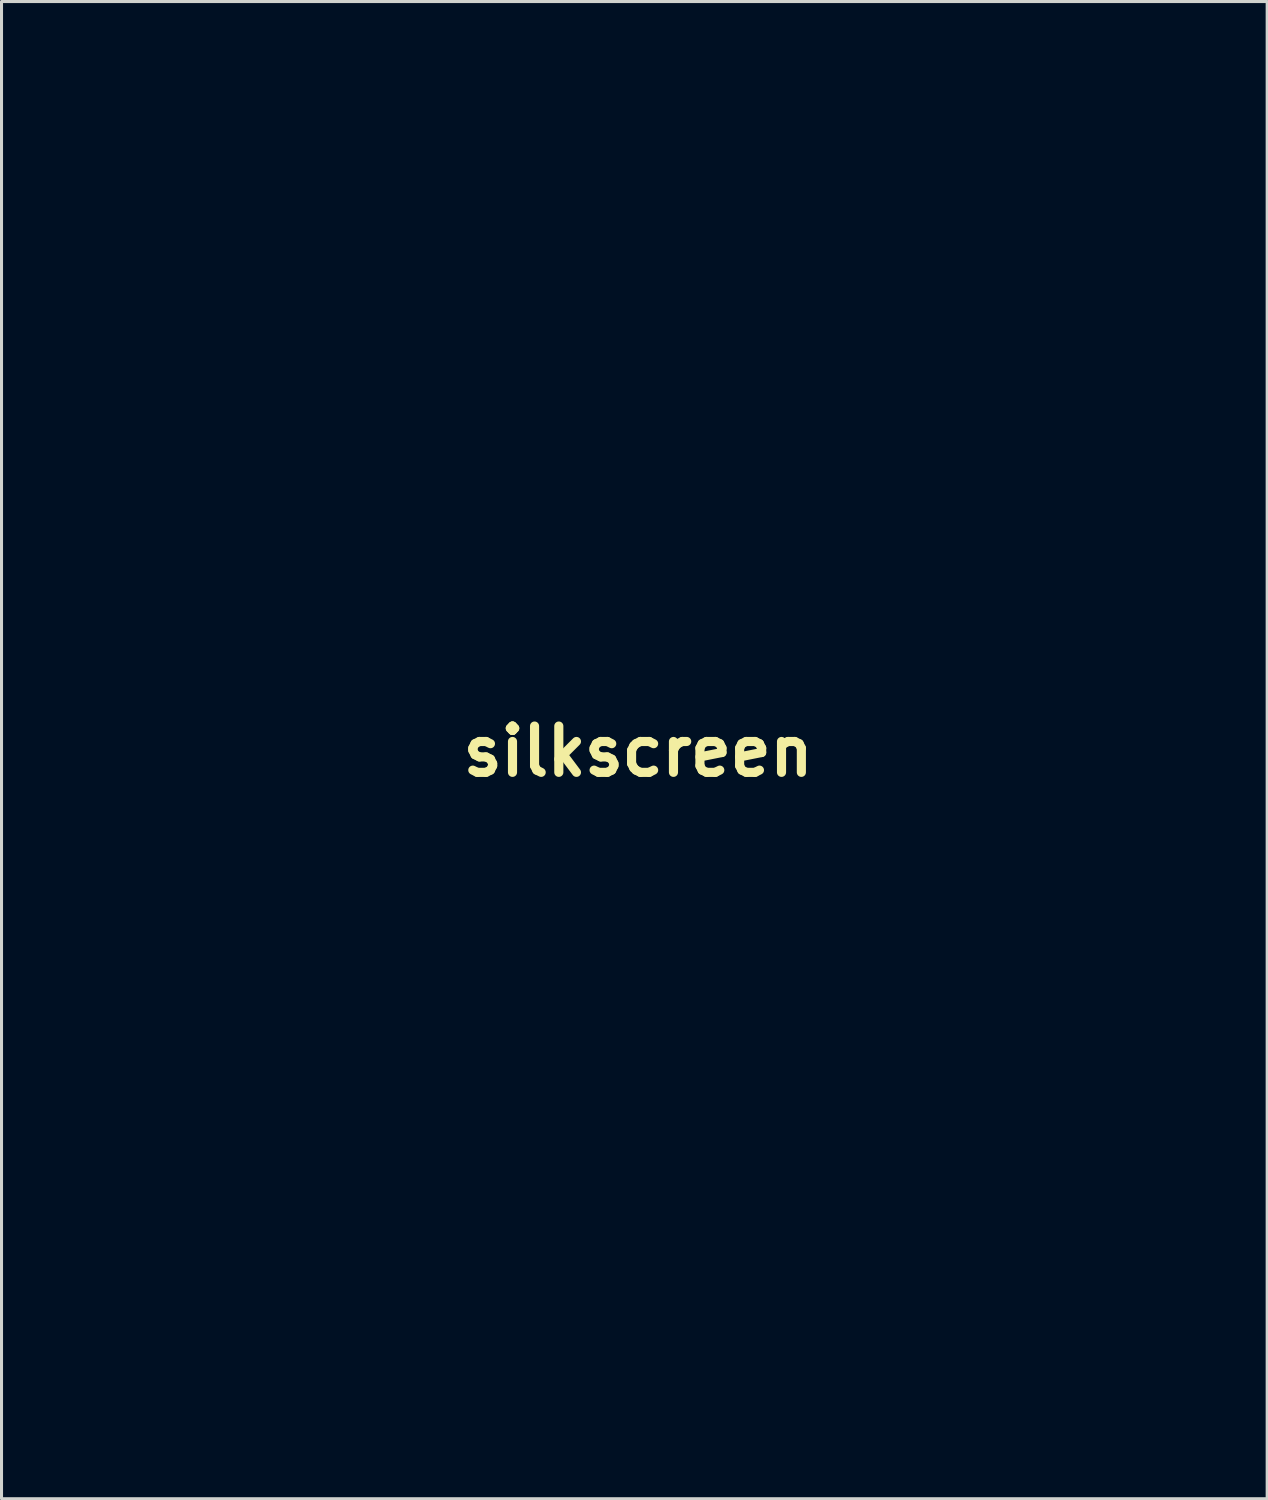
<source format=kicad_pcb>
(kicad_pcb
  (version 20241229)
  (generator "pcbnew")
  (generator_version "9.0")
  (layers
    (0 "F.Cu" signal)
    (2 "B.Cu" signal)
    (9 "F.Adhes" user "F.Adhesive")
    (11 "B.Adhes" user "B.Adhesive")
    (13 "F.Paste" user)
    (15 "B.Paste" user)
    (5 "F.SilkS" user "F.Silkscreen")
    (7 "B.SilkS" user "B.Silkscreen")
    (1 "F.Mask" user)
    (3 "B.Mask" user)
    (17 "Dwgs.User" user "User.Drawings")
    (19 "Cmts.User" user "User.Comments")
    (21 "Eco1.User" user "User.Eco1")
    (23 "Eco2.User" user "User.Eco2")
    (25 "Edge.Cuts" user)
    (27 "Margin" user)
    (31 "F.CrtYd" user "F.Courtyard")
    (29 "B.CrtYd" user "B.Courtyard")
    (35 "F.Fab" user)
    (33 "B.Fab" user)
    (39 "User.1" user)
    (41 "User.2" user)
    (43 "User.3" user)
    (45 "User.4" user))
  (footprint "silkscreen"
    (layer "F.Cu")
    (at 17.954 21.68)
    (property "Reference" "silkscreen" (at 0 0 0) (layer "F.SilkS") (effects (font (size 1.524 1.524) (thickness 0.3))))
    (attr through_hole)
    (fp_poly (pts (xy -10.185 -19.23) (xy -10.16 -19.092) (xy -10.204 -18.922) (xy -10.287 -18.881) (xy -10.389 -18.954) (xy -10.414 -19.092) (xy -10.37 -19.263) (xy -10.287 -19.304) (xy -10.185 -19.23)) (stroke (width 0.01) (type solid)) (fill no) (layer "Eco2.User"))
    (fp_poly (pts (xy -10.185 -11.61) (xy -10.16 -11.472) (xy -10.204 -11.302) (xy -10.287 -11.261) (xy -10.389 -11.334) (xy -10.414 -11.472) (xy -10.37 -11.643) (xy -10.287 -11.684) (xy -10.185 -11.61)) (stroke (width 0.01) (type solid)) (fill no) (layer "Eco2.User"))
    (fp_poly (pts (xy -10.185 6.17) (xy -10.16 6.308) (xy -10.204 6.478) (xy -10.287 6.519) (xy -10.389 6.446) (xy -10.414 6.308) (xy -10.37 6.137) (xy -10.287 6.096) (xy -10.185 6.17)) (stroke (width 0.01) (type solid)) (fill no) (layer "Eco2.User"))
    (fp_poly (pts (xy -10.185 13.79) (xy -10.16 13.928) (xy -10.204 14.098) (xy -10.287 14.139) (xy -10.389 14.066) (xy -10.414 13.928) (xy -10.37 13.757) (xy -10.287 13.716) (xy -10.185 13.79)) (stroke (width 0.01) (type solid)) (fill no) (layer "Eco2.User"))
    (fp_poly (pts (xy -10.117 -9.015) (xy -10.075 -8.932) (xy -10.149 -8.83) (xy -10.287 -8.805) (xy -10.457 -8.849) (xy -10.499 -8.932) (xy -10.425 -9.034) (xy -10.287 -9.059) (xy -10.117 -9.015)) (stroke (width 0.01) (type solid)) (fill no) (layer "Eco2.User"))
    (fp_poly (pts (xy -7.645 -19.23) (xy -7.62 -19.092) (xy -7.664 -18.922) (xy -7.747 -18.881) (xy -7.849 -18.954) (xy -7.874 -19.092) (xy -7.83 -19.263) (xy -7.747 -19.304) (xy -7.645 -19.23)) (stroke (width 0.01) (type solid)) (fill no) (layer "Eco2.User"))
    (fp_poly (pts (xy -7.645 -11.61) (xy -7.62 -11.472) (xy -7.664 -11.302) (xy -7.747 -11.261) (xy -7.849 -11.334) (xy -7.874 -11.472) (xy -7.83 -11.643) (xy -7.747 -11.684) (xy -7.645 -11.61)) (stroke (width 0.01) (type solid)) (fill no) (layer "Eco2.User"))
    (fp_poly (pts (xy -7.645 -6.53) (xy -7.62 -6.392) (xy -7.664 -6.222) (xy -7.747 -6.181) (xy -7.849 -6.254) (xy -7.874 -6.392) (xy -7.83 -6.563) (xy -7.747 -6.604) (xy -7.645 -6.53)) (stroke (width 0.01) (type solid)) (fill no) (layer "Eco2.User"))
    (fp_poly (pts (xy -7.645 1.09) (xy -7.62 1.228) (xy -7.664 1.398) (xy -7.747 1.439) (xy -7.849 1.366) (xy -7.874 1.228) (xy -7.83 1.057) (xy -7.747 1.016) (xy -7.645 1.09)) (stroke (width 0.01) (type solid)) (fill no) (layer "Eco2.User"))
    (fp_poly (pts (xy -7.645 6.17) (xy -7.62 6.308) (xy -7.664 6.478) (xy -7.747 6.519) (xy -7.849 6.446) (xy -7.874 6.308) (xy -7.83 6.137) (xy -7.747 6.096) (xy -7.645 6.17)) (stroke (width 0.01) (type solid)) (fill no) (layer "Eco2.User"))
    (fp_poly (pts (xy -7.645 13.79) (xy -7.62 13.928) (xy -7.664 14.098) (xy -7.747 14.139) (xy -7.849 14.066) (xy -7.874 13.928) (xy -7.83 13.757) (xy -7.747 13.716) (xy -7.645 13.79)) (stroke (width 0.01) (type solid)) (fill no) (layer "Eco2.User"))
    (fp_poly (pts (xy -5.105 -19.23) (xy -5.08 -19.092) (xy -5.124 -18.922) (xy -5.207 -18.881) (xy -5.309 -18.954) (xy -5.334 -19.092) (xy -5.29 -19.263) (xy -5.207 -19.304) (xy -5.105 -19.23)) (stroke (width 0.01) (type solid)) (fill no) (layer "Eco2.User"))
    (fp_poly (pts (xy -5.105 -11.61) (xy -5.08 -11.472) (xy -5.124 -11.302) (xy -5.207 -11.261) (xy -5.309 -11.334) (xy -5.334 -11.472) (xy -5.29 -11.643) (xy -5.207 -11.684) (xy -5.105 -11.61)) (stroke (width 0.01) (type solid)) (fill no) (layer "Eco2.User"))
    (fp_poly (pts (xy -5.105 6.17) (xy -5.08 6.308) (xy -5.124 6.478) (xy -5.207 6.519) (xy -5.309 6.446) (xy -5.334 6.308) (xy -5.29 6.137) (xy -5.207 6.096) (xy -5.105 6.17)) (stroke (width 0.01) (type solid)) (fill no) (layer "Eco2.User"))
    (fp_poly (pts (xy -5.105 13.79) (xy -5.08 13.928) (xy -5.124 14.098) (xy -5.207 14.139) (xy -5.309 14.066) (xy -5.334 13.928) (xy -5.29 13.757) (xy -5.207 13.716) (xy -5.105 13.79)) (stroke (width 0.01) (type solid)) (fill no) (layer "Eco2.User"))
    (fp_poly (pts (xy -2.565 -19.23) (xy -2.54 -19.092) (xy -2.584 -18.922) (xy -2.667 -18.881) (xy -2.769 -18.954) (xy -2.794 -19.092) (xy -2.75 -19.263) (xy -2.667 -19.304) (xy -2.565 -19.23)) (stroke (width 0.01) (type solid)) (fill no) (layer "Eco2.User"))
    (fp_poly (pts (xy -2.565 -11.61) (xy -2.54 -11.472) (xy -2.584 -11.302) (xy -2.667 -11.261) (xy -2.769 -11.334) (xy -2.794 -11.472) (xy -2.75 -11.643) (xy -2.667 -11.684) (xy -2.565 -11.61)) (stroke (width 0.01) (type solid)) (fill no) (layer "Eco2.User"))
    (fp_poly (pts (xy -2.565 6.17) (xy -2.54 6.308) (xy -2.584 6.478) (xy -2.667 6.519) (xy -2.769 6.446) (xy -2.794 6.308) (xy -2.75 6.137) (xy -2.667 6.096) (xy -2.565 6.17)) (stroke (width 0.01) (type solid)) (fill no) (layer "Eco2.User"))
    (fp_poly (pts (xy -2.565 13.79) (xy -2.54 13.928) (xy -2.584 14.098) (xy -2.667 14.139) (xy -2.769 14.066) (xy -2.794 13.928) (xy -2.75 13.757) (xy -2.667 13.716) (xy -2.565 13.79)) (stroke (width 0.01) (type solid)) (fill no) (layer "Eco2.User"))
    (fp_poly (pts (xy -2.497 16.385) (xy -2.455 16.468) (xy -2.529 16.57) (xy -2.667 16.595) (xy -2.837 16.551) (xy -2.879 16.468) (xy -2.805 16.366) (xy -2.667 16.341) (xy -2.497 16.385)) (stroke (width 0.01) (type solid)) (fill no) (layer "Eco2.User"))
    (fp_poly (pts (xy -0.025 -19.23) (xy 0 -19.092) (xy -0.044 -18.922) (xy -0.127 -18.881) (xy -0.229 -18.954) (xy -0.254 -19.092) (xy -0.21 -19.263) (xy -0.127 -19.304) (xy -0.025 -19.23)) (stroke (width 0.01) (type solid)) (fill no) (layer "Eco2.User"))
    (fp_poly (pts (xy -0.025 -11.61) (xy 0 -11.472) (xy -0.044 -11.302) (xy -0.127 -11.261) (xy -0.229 -11.334) (xy -0.254 -11.472) (xy -0.21 -11.643) (xy -0.127 -11.684) (xy -0.025 -11.61)) (stroke (width 0.01) (type solid)) (fill no) (layer "Eco2.User"))
    (fp_poly (pts (xy -0.025 6.17) (xy 0 6.308) (xy -0.044 6.478) (xy -0.127 6.519) (xy -0.229 6.446) (xy -0.254 6.308) (xy -0.21 6.137) (xy -0.127 6.096) (xy -0.025 6.17)) (stroke (width 0.01) (type solid)) (fill no) (layer "Eco2.User"))
    (fp_poly (pts (xy -0.025 13.79) (xy 0 13.928) (xy -0.044 14.098) (xy -0.127 14.139) (xy -0.229 14.066) (xy -0.254 13.928) (xy -0.21 13.757) (xy -0.127 13.716) (xy -0.025 13.79)) (stroke (width 0.01) (type solid)) (fill no) (layer "Eco2.User"))
    (fp_poly (pts (xy 0.043 16.385) (xy 0.085 16.468) (xy 0.011 16.57) (xy -0.127 16.595) (xy -0.297 16.551) (xy -0.339 16.468) (xy -0.265 16.366) (xy -0.127 16.341) (xy 0.043 16.385)) (stroke (width 0.01) (type solid)) (fill no) (layer "Eco2.User"))
    (fp_poly (pts (xy 0.742 15.52) (xy 0.762 15.543) (xy 0.64 15.556) (xy 0.55 15.557) (xy 0.386 15.549) (xy 0.361 15.53) (xy 0.403 15.519) (xy 0.624 15.505) (xy 0.742 15.52)) (stroke (width 0.01) (type solid)) (fill no) (layer "Eco2.User"))
    (fp_poly (pts (xy 2.515 -19.23) (xy 2.54 -19.092) (xy 2.496 -18.922) (xy 2.413 -18.881) (xy 2.311 -18.954) (xy 2.286 -19.092) (xy 2.33 -19.263) (xy 2.413 -19.304) (xy 2.515 -19.23)) (stroke (width 0.01) (type solid)) (fill no) (layer "Eco2.User"))
    (fp_poly (pts (xy 2.515 -11.61) (xy 2.54 -11.472) (xy 2.496 -11.302) (xy 2.413 -11.261) (xy 2.311 -11.334) (xy 2.286 -11.472) (xy 2.33 -11.643) (xy 2.413 -11.684) (xy 2.515 -11.61)) (stroke (width 0.01) (type solid)) (fill no) (layer "Eco2.User"))
    (fp_poly (pts (xy 2.515 6.17) (xy 2.54 6.308) (xy 2.496 6.478) (xy 2.413 6.519) (xy 2.311 6.446) (xy 2.286 6.308) (xy 2.33 6.137) (xy 2.413 6.096) (xy 2.515 6.17)) (stroke (width 0.01) (type solid)) (fill no) (layer "Eco2.User"))
    (fp_poly (pts (xy 2.515 13.79) (xy 2.54 13.928) (xy 2.496 14.098) (xy 2.413 14.139) (xy 2.311 14.066) (xy 2.286 13.928) (xy 2.33 13.757) (xy 2.413 13.716) (xy 2.515 13.79)) (stroke (width 0.01) (type solid)) (fill no) (layer "Eco2.User"))
    (fp_poly (pts (xy 2.583 16.385) (xy 2.625 16.468) (xy 2.551 16.57) (xy 2.413 16.595) (xy 2.243 16.551) (xy 2.201 16.468) (xy 2.275 16.366) (xy 2.413 16.341) (xy 2.583 16.385)) (stroke (width 0.01) (type solid)) (fill no) (layer "Eco2.User"))
    (fp_poly (pts (xy 5.055 -19.23) (xy 5.08 -19.092) (xy 5.036 -18.922) (xy 4.953 -18.881) (xy 4.851 -18.954) (xy 4.826 -19.092) (xy 4.87 -19.263) (xy 4.953 -19.304) (xy 5.055 -19.23)) (stroke (width 0.01) (type solid)) (fill no) (layer "Eco2.User"))
    (fp_poly (pts (xy 5.055 -11.61) (xy 5.08 -11.472) (xy 5.036 -11.302) (xy 4.953 -11.261) (xy 4.851 -11.334) (xy 4.826 -11.472) (xy 4.87 -11.643) (xy 4.953 -11.684) (xy 5.055 -11.61)) (stroke (width 0.01) (type solid)) (fill no) (layer "Eco2.User"))
    (fp_poly (pts (xy 5.055 6.17) (xy 5.08 6.308) (xy 5.036 6.478) (xy 4.953 6.519) (xy 4.851 6.446) (xy 4.826 6.308) (xy 4.87 6.137) (xy 4.953 6.096) (xy 5.055 6.17)) (stroke (width 0.01) (type solid)) (fill no) (layer "Eco2.User"))
    (fp_poly (pts (xy 5.055 13.79) (xy 5.08 13.928) (xy 5.036 14.098) (xy 4.953 14.139) (xy 4.851 14.066) (xy 4.826 13.928) (xy 4.87 13.757) (xy 4.953 13.716) (xy 5.055 13.79)) (stroke (width 0.01) (type solid)) (fill no) (layer "Eco2.User"))
    (fp_poly (pts (xy 7.595 -19.23) (xy 7.62 -19.092) (xy 7.576 -18.922) (xy 7.493 -18.881) (xy 7.391 -18.954) (xy 7.366 -19.092) (xy 7.41 -19.263) (xy 7.493 -19.304) (xy 7.595 -19.23)) (stroke (width 0.01) (type solid)) (fill no) (layer "Eco2.User"))
    (fp_poly (pts (xy 7.595 -11.61) (xy 7.62 -11.472) (xy 7.576 -11.302) (xy 7.493 -11.261) (xy 7.391 -11.334) (xy 7.366 -11.472) (xy 7.41 -11.643) (xy 7.493 -11.684) (xy 7.595 -11.61)) (stroke (width 0.01) (type solid)) (fill no) (layer "Eco2.User"))
    (fp_poly (pts (xy 7.595 -6.53) (xy 7.62 -6.392) (xy 7.576 -6.222) (xy 7.493 -6.181) (xy 7.391 -6.254) (xy 7.366 -6.392) (xy 7.41 -6.563) (xy 7.493 -6.604) (xy 7.595 -6.53)) (stroke (width 0.01) (type solid)) (fill no) (layer "Eco2.User"))
    (fp_poly (pts (xy 7.595 1.09) (xy 7.62 1.228) (xy 7.576 1.398) (xy 7.493 1.439) (xy 7.391 1.366) (xy 7.366 1.228) (xy 7.41 1.057) (xy 7.493 1.016) (xy 7.595 1.09)) (stroke (width 0.01) (type solid)) (fill no) (layer "Eco2.User"))
    (fp_poly (pts (xy 7.595 6.17) (xy 7.62 6.308) (xy 7.576 6.478) (xy 7.493 6.519) (xy 7.391 6.446) (xy 7.366 6.308) (xy 7.41 6.137) (xy 7.493 6.096) (xy 7.595 6.17)) (stroke (width 0.01) (type solid)) (fill no) (layer "Eco2.User"))
    (fp_poly (pts (xy 7.595 13.79) (xy 7.62 13.928) (xy 7.576 14.098) (xy 7.493 14.139) (xy 7.391 14.066) (xy 7.366 13.928) (xy 7.41 13.757) (xy 7.493 13.716) (xy 7.595 13.79)) (stroke (width 0.01) (type solid)) (fill no) (layer "Eco2.User"))
    (fp_poly (pts (xy 10.135 6.17) (xy 10.16 6.308) (xy 10.116 6.478) (xy 10.033 6.519) (xy 9.931 6.446) (xy 9.906 6.308) (xy 9.95 6.137) (xy 10.033 6.096) (xy 10.135 6.17)) (stroke (width 0.01) (type solid)) (fill no) (layer "Eco2.User"))
    (fp_poly (pts (xy 10.135 13.79) (xy 10.16 13.928) (xy 10.116 14.098) (xy 10.033 14.139) (xy 9.931 14.066) (xy 9.906 13.928) (xy 9.95 13.757) (xy 10.033 13.716) (xy 10.135 13.79)) (stroke (width 0.01) (type solid)) (fill no) (layer "Eco2.User"))
    (fp_poly (pts (xy 10.203 -9.015) (xy 10.245 -8.932) (xy 10.171 -8.83) (xy 10.033 -8.805) (xy 9.863 -8.849) (xy 9.821 -8.932) (xy 9.895 -9.034) (xy 10.033 -9.059) (xy 10.203 -9.015)) (stroke (width 0.01) (type solid)) (fill no) (layer "Eco2.User"))
    (fp_poly (pts (xy 10.203 3.685) (xy 10.245 3.768) (xy 10.171 3.87) (xy 10.033 3.895) (xy 9.863 3.851) (xy 9.821 3.768) (xy 9.895 3.666) (xy 10.033 3.641) (xy 10.203 3.685)) (stroke (width 0.01) (type solid)) (fill no) (layer "Eco2.User"))
    (fp_poly (pts (xy 12.675 6.17) (xy 12.7 6.308) (xy 12.656 6.478) (xy 12.573 6.519) (xy 12.471 6.446) (xy 12.446 6.308) (xy 12.49 6.137) (xy 12.573 6.096) (xy 12.675 6.17)) (stroke (width 0.01) (type solid)) (fill no) (layer "Eco2.User"))
    (fp_poly (pts (xy 12.675 13.79) (xy 12.7 13.928) (xy 12.656 14.098) (xy 12.573 14.139) (xy 12.471 14.066) (xy 12.446 13.928) (xy 12.49 13.757) (xy 12.573 13.716) (xy 12.675 13.79)) (stroke (width 0.01) (type solid)) (fill no) (layer "Eco2.User"))
    (fp_poly (pts (xy 17.695 21.59) (xy -17.949 21.59) (xy -17.949 -21.59) (xy -17.865 -21.59) (xy -17.865 21.505) (xy 17.611 21.505) (xy 17.611 -21.59) (xy -17.865 -21.59) (xy -17.949 -21.59) (xy -17.949 -21.675) (xy 17.695 -21.675) (xy 17.695 21.59)) (stroke (width 0.01) (type solid)) (fill no) (layer "Eco2.User"))
    (fp_poly (pts (xy -1.123 15.468) (xy -1.098 15.726) (xy -1.052 15.861) (xy -0.954 15.919) (xy -0.821 15.941) (xy -0.657 15.963) (xy -0.645 15.976) (xy -0.794 15.985) (xy -0.868 15.988) (xy -1.185 16.002) (xy -1.17 15.515) (xy -1.154 15.028) (xy -1.123 15.468)) (stroke (width 0.01) (type solid)) (fill no) (layer "Eco2.User"))
    (fp_poly (pts (xy 1.417 15.468) (xy 1.442 15.726) (xy 1.488 15.861) (xy 1.586 15.919) (xy 1.719 15.941) (xy 1.883 15.963) (xy 1.895 15.976) (xy 1.746 15.985) (xy 1.672 15.988) (xy 1.355 16.002) (xy 1.37 15.515) (xy 1.386 15.028) (xy 1.417 15.468)) (stroke (width 0.01) (type solid)) (fill no) (layer "Eco2.User"))
    (fp_poly (pts (xy 5.652 9.076) (xy 6.308 9.093) (xy 5.694 9.122) (xy 5.08 9.151) (xy 5.08 9.897) (xy 5.969 9.959) (xy 5.08 9.991) (xy 5.08 10.83) (xy 5.694 10.859) (xy 6.308 10.888) (xy 5.652 10.905) (xy 4.995 10.922) (xy 4.995 9.059) (xy 5.652 9.076)) (stroke (width 0.01) (type solid)) (fill no) (layer "Eco2.User"))
    (fp_poly (pts (xy 8.002 15.763) (xy 8.022 15.865) (xy 8.03 16.092) (xy 8.025 16.399) (xy 8.022 16.478) (xy 7.993 17.145) (xy 7.976 16.473) (xy 7.959 15.801) (xy 7.684 16.048) (xy 7.408 16.294) (xy 7.681 16.004) (xy 7.85 15.844) (xy 7.971 15.763) (xy 8.002 15.763)) (stroke (width 0.01) (type solid)) (fill no) (layer "Eco2.User"))
    (fp_poly (pts (xy 11.753 10.62) (xy 11.761 10.918) (xy 11.745 11.199) (xy 11.726 11.277) (xy 11.709 11.197) (xy 11.698 10.972) (xy 11.684 10.472) (xy 11.493 10.633) (xy 11.388 10.718) (xy 11.392 10.697) (xy 11.508 10.562) (xy 11.515 10.554) (xy 11.726 10.314) (xy 11.753 10.62)) (stroke (width 0.01) (type solid)) (fill no) (layer "Eco2.User"))
    (fp_poly (pts (xy -6.875 9.52) (xy -6.866 9.896) (xy -6.872 10.308) (xy -6.88 10.477) (xy -6.894 10.618) (xy -6.907 10.594) (xy -6.918 10.413) (xy -6.927 10.081) (xy -6.927 10.08) (xy -6.943 9.195) (xy -7.26 9.487) (xy -7.578 9.779) (xy -7.239 9.414) (xy -6.9 9.05) (xy -6.875 9.52)) (stroke (width 0.01) (type solid)) (fill no) (layer "Eco2.User"))
    (fp_poly (pts (xy -5.859 -3.18) (xy -5.85 -2.804) (xy -5.856 -2.392) (xy -5.864 -2.223) (xy -5.878 -2.082) (xy -5.891 -2.106) (xy -5.902 -2.287) (xy -5.911 -2.619) (xy -5.911 -2.62) (xy -5.927 -3.505) (xy -6.244 -3.213) (xy -6.562 -2.921) (xy -6.223 -3.286) (xy -5.884 -3.65) (xy -5.859 -3.18)) (stroke (width 0.01) (type solid)) (fill no) (layer "Eco2.User"))
    (fp_poly (pts (xy -3.254 15.098) (xy -3.207 15.118) (xy -3.234 15.128) (xy -3.33 15.205) (xy -3.387 15.395) (xy -3.409 15.605) (xy -3.44 16.044) (xy -3.456 15.606) (xy -3.48 15.329) (xy -3.536 15.181) (xy -3.619 15.129) (xy -3.64 15.106) (xy -3.519 15.092) (xy -3.429 15.09) (xy -3.254 15.098)) (stroke (width 0.01) (type solid)) (fill no) (layer "Eco2.User"))
    (fp_poly (pts (xy 9.446 2.398) (xy 9.493 2.418) (xy 9.466 2.428) (xy 9.37 2.505) (xy 9.313 2.695) (xy 9.291 2.905) (xy 9.26 3.344) (xy 9.244 2.906) (xy 9.22 2.629) (xy 9.164 2.481) (xy 9.081 2.429) (xy 9.06 2.406) (xy 9.181 2.392) (xy 9.271 2.39) (xy 9.446 2.398)) (stroke (width 0.01) (type solid)) (fill no) (layer "Eco2.User"))
    (fp_poly (pts (xy 8.043 -17.018) (xy 7.027 -17.018) (xy 7.027 -13.547) (xy 8.043 -13.547) (xy 8.043 -11.938) (xy -10.837 -11.938) (xy -10.837 -18.542) (xy -10.753 -18.542) (xy -10.753 -12.023) (xy 7.959 -12.023) (xy 7.959 -13.462) (xy 6.943 -13.462) (xy 6.943 -17.103) (xy 7.959 -17.103) (xy 7.959 -18.542) (xy -10.753 -18.542) (xy -10.837 -18.542) (xy -10.837 -18.627) (xy 8.043 -18.627) (xy 8.043 -17.018)) (stroke (width 0.01) (type solid)) (fill no) (layer "Eco2.User"))
    (fp_poly (pts (xy 15.175 15.938) (xy 15.19 16.34) (xy 15.185 16.78) (xy 15.173 16.997) (xy 15.132 17.526) (xy 4.934 17.526) (xy 4.893 16.997) (xy 4.876 16.595) (xy 4.88 16.156) (xy 4.891 15.938) (xy 4.925 15.494) (xy 5.015 15.494) (xy 5.015 17.441) (xy 15.051 17.441) (xy 15.051 15.494) (xy 5.015 15.494) (xy 4.925 15.494) (xy 4.931 15.409) (xy 15.135 15.409) (xy 15.175 15.938)) (stroke (width 0.01) (type solid)) (fill no) (layer "Eco2.User"))
    (fp_poly (pts (xy 3.121 15.311) (xy 3.123 15.34) (xy 3.202 15.479) (xy 3.281 15.52) (xy 3.38 15.552) (xy 3.316 15.567) (xy 3.287 15.569) (xy 3.147 15.648) (xy 3.106 15.727) (xy 3.074 15.826) (xy 3.06 15.762) (xy 3.058 15.733) (xy 2.978 15.593) (xy 2.9 15.552) (xy 2.801 15.52) (xy 2.865 15.506) (xy 2.894 15.504) (xy 3.033 15.424) (xy 3.074 15.346) (xy 3.106 15.247) (xy 3.121 15.311)) (stroke (width 0.01) (type solid)) (fill no) (layer "Eco2.User"))
    (fp_poly (pts (xy 9.301 -10.089) (xy 9.304 -10.06) (xy 9.383 -9.921) (xy 9.461 -9.88) (xy 9.56 -9.848) (xy 9.496 -9.833) (xy 9.468 -9.831) (xy 9.328 -9.752) (xy 9.287 -9.673) (xy 9.255 -9.574) (xy 9.241 -9.638) (xy 9.238 -9.667) (xy 9.159 -9.807) (xy 9.081 -9.848) (xy 8.982 -9.88) (xy 9.046 -9.894) (xy 9.074 -9.896) (xy 9.214 -9.976) (xy 9.255 -10.054) (xy 9.287 -10.153) (xy 9.301 -10.089)) (stroke (width 0.01) (type solid)) (fill no) (layer "Eco2.User"))
    (fp_poly (pts (xy 10.95 -10.252) (xy 10.921 -10.101) (xy 10.867 -9.889) (xy 10.804 -9.669) (xy 10.744 -9.491) (xy 10.704 -9.407) (xy 10.655 -9.441) (xy 10.634 -9.492) (xy 10.513 -9.882) (xy 10.445 -10.133) (xy 10.426 -10.264) (xy 10.434 -10.293) (xy 10.479 -10.244) (xy 10.548 -10.077) (xy 10.584 -9.97) (xy 10.696 -9.61) (xy 10.788 -9.92) (xy 10.863 -10.138) (xy 10.932 -10.28) (xy 10.943 -10.294) (xy 10.95 -10.252)) (stroke (width 0.01) (type solid)) (fill no) (layer "Eco2.User"))
    (fp_poly (pts (xy 14.513 10.711) (xy 14.672 10.854) (xy 14.721 11.123) (xy 14.72 11.165) (xy 14.708 11.472) (xy 14.656 11.134) (xy 14.61 10.916) (xy 14.533 10.819) (xy 14.381 10.795) (xy 14.351 10.795) (xy 14.185 10.812) (xy 14.1 10.896) (xy 14.052 11.093) (xy 14.046 11.134) (xy 13.994 11.472) (xy 13.982 11.088) (xy 13.982 10.852) (xy 14.021 10.737) (xy 14.129 10.694) (xy 14.234 10.684) (xy 14.513 10.711)) (stroke (width 0.01) (type solid)) (fill no) (layer "Eco2.User"))
    (fp_poly (pts (xy -0.191 15.084) (xy 0.008 15.094) (xy 0.044 15.104) (xy -0.076 15.123) (xy -0.148 15.132) (xy -0.356 15.204) (xy -0.436 15.323) (xy -0.381 15.443) (xy -0.191 15.518) (xy 0.042 15.553) (xy -0.191 15.566) (xy -0.37 15.613) (xy -0.423 15.742) (xy -0.423 15.743) (xy -0.373 15.869) (xy -0.198 15.934) (xy -0.148 15.941) (xy 0.021 15.963) (xy 0.037 15.976) (xy -0.108 15.985) (xy -0.191 15.988) (xy -0.508 16.002) (xy -0.508 15.071) (xy -0.191 15.084)) (stroke (width 0.01) (type solid)) (fill no) (layer "Eco2.User"))
    (fp_poly (pts (xy 2.349 15.084) (xy 2.548 15.094) (xy 2.584 15.104) (xy 2.464 15.123) (xy 2.392 15.132) (xy 2.184 15.204) (xy 2.104 15.323) (xy 2.159 15.443) (xy 2.349 15.518) (xy 2.582 15.553) (xy 2.349 15.566) (xy 2.17 15.613) (xy 2.117 15.742) (xy 2.117 15.743) (xy 2.167 15.869) (xy 2.342 15.934) (xy 2.392 15.941) (xy 2.561 15.963) (xy 2.577 15.976) (xy 2.432 15.985) (xy 2.349 15.988) (xy 2.032 16.002) (xy 2.032 15.071) (xy 2.349 15.084)) (stroke (width 0.01) (type solid)) (fill no) (layer "Eco2.User"))
    (fp_poly (pts (xy -2.469 15.381) (xy -2.472 15.637) (xy -2.497 15.836) (xy -2.507 15.868) (xy -2.62 15.97) (xy -2.799 15.998) (xy -2.96 15.95) (xy -3.014 15.885) (xy -3.034 15.731) (xy -3.032 15.489) (xy -3.026 15.398) (xy -3.007 15.195) (xy -2.995 15.139) (xy -2.987 15.238) (xy -2.978 15.479) (xy -2.963 15.739) (xy -2.928 15.869) (xy -2.855 15.908) (xy -2.773 15.902) (xy -2.654 15.859) (xy -2.584 15.742) (xy -2.539 15.508) (xy -2.532 15.452) (xy -2.482 15.028) (xy -2.469 15.381)) (stroke (width 0.01) (type solid)) (fill no) (layer "Eco2.User"))
    (fp_poly (pts (xy -0.72 10.583) (xy -0.913 10.769) (xy -1.062 10.892) (xy -1.12 10.922) (xy -1.127 10.856) (xy -1.089 10.753) (xy -0.987 10.753) (xy -0.918 10.698) (xy -0.783 10.563) (xy -0.762 10.541) (xy -0.644 10.396) (xy -0.651 10.335) (xy -0.691 10.329) (xy -0.818 10.399) (xy -0.916 10.541) (xy -0.978 10.694) (xy -0.987 10.753) (xy -1.089 10.753) (xy -1.066 10.688) (xy -1.016 10.583) (xy -0.878 10.36) (xy -0.738 10.261) (xy -0.616 10.245) (xy -0.389 10.245) (xy -0.72 10.583)) (stroke (width 0.01) (type solid)) (fill no) (layer "Eco2.User"))
    (fp_poly (pts (xy 10.092 2.395) (xy 10.104 2.423) (xy 10.097 2.427) (xy 10.028 2.535) (xy 9.993 2.76) (xy 9.991 2.836) (xy 10.014 3.085) (xy 10.075 3.23) (xy 10.097 3.246) (xy 10.1 3.275) (xy 9.969 3.288) (xy 9.948 3.289) (xy 9.804 3.277) (xy 9.792 3.249) (xy 9.8 3.246) (xy 9.869 3.138) (xy 9.904 2.913) (xy 9.906 2.836) (xy 9.883 2.588) (xy 9.822 2.442) (xy 9.8 2.427) (xy 9.796 2.398) (xy 9.928 2.384) (xy 9.948 2.384) (xy 10.092 2.395)) (stroke (width 0.01) (type solid)) (fill no) (layer "Eco2.User"))
    (fp_poly (pts (xy -3.446 9.72) (xy -3.521 9.897) (xy -3.633 10.14) (xy -3.76 10.405) (xy -3.882 10.651) (xy -3.979 10.835) (xy -4.026 10.91) (xy -4.074 10.854) (xy -4.176 10.68) (xy -4.313 10.422) (xy -4.355 10.34) (xy -4.496 10.05) (xy -4.601 9.819) (xy -4.651 9.688) (xy -4.653 9.675) (xy -4.616 9.713) (xy -4.521 9.871) (xy -4.388 10.118) (xy -4.346 10.2) (xy -4.043 10.79) (xy -3.756 10.221) (xy -3.613 9.949) (xy -3.498 9.747) (xy -3.432 9.654) (xy -3.427 9.652) (xy -3.446 9.72)) (stroke (width 0.01) (type solid)) (fill no) (layer "Eco2.User"))
    (fp_poly (pts (xy -10.572 -10.262) (xy -10.464 -10.092) (xy -10.398 -9.979) (xy -10.202 -9.628) (xy -10.152 -10) (xy -10.123 -10.201) (xy -10.106 -10.262) (xy -10.097 -10.175) (xy -10.089 -9.929) (xy -10.088 -9.885) (xy -10.087 -9.623) (xy -10.097 -9.447) (xy -10.112 -9.398) (xy -10.171 -9.465) (xy -10.28 -9.635) (xy -10.345 -9.748) (xy -10.541 -10.099) (xy -10.592 -9.727) (xy -10.62 -9.526) (xy -10.637 -9.465) (xy -10.646 -9.552) (xy -10.654 -9.798) (xy -10.655 -9.842) (xy -10.656 -10.104) (xy -10.646 -10.281) (xy -10.631 -10.329) (xy -10.572 -10.262)) (stroke (width 0.01) (type solid)) (fill no) (layer "Eco2.User"))
    (fp_poly (pts (xy 1.585 -15.961) (xy 1.586 -15.938) (xy 1.618 -15.494) (xy 2.7 -15.494) (xy 2.732 -15.938) (xy 2.743 -16.034) (xy 2.753 -15.976) (xy 2.76 -15.779) (xy 2.762 -15.461) (xy 2.762 -15.409) (xy 2.76 -15.08) (xy 2.754 -14.875) (xy 2.745 -14.808) (xy 2.733 -14.895) (xy 2.731 -14.922) (xy 2.701 -15.409) (xy 1.617 -15.409) (xy 1.587 -14.922) (xy 1.575 -14.811) (xy 1.566 -14.855) (xy 1.559 -15.04) (xy 1.556 -15.351) (xy 1.556 -15.409) (xy 1.558 -15.743) (xy 1.564 -15.957) (xy 1.573 -16.035) (xy 1.585 -15.961)) (stroke (width 0.01) (type solid)) (fill no) (layer "Eco2.User"))
    (fp_poly (pts (xy 4.463 -3.261) (xy 4.465 -3.239) (xy 4.496 -2.794) (xy 5.579 -2.794) (xy 5.61 -3.239) (xy 5.622 -3.334) (xy 5.632 -3.276) (xy 5.638 -3.079) (xy 5.641 -2.761) (xy 5.641 -2.709) (xy 5.639 -2.38) (xy 5.632 -2.175) (xy 5.623 -2.108) (xy 5.612 -2.195) (xy 5.61 -2.223) (xy 5.58 -2.709) (xy 4.496 -2.709) (xy 4.465 -2.223) (xy 4.454 -2.111) (xy 4.444 -2.155) (xy 4.437 -2.34) (xy 4.434 -2.651) (xy 4.434 -2.709) (xy 4.437 -3.043) (xy 4.443 -3.257) (xy 4.452 -3.335) (xy 4.463 -3.261)) (stroke (width 0.01) (type solid)) (fill no) (layer "Eco2.User"))
    (fp_poly (pts (xy 5.397 -16.324) (xy 6.054 -16.307) (xy 5.44 -16.278) (xy 5.166 -16.266) (xy 4.983 -16.243) (xy 4.879 -16.179) (xy 4.84 -16.048) (xy 4.853 -15.819) (xy 4.903 -15.466) (xy 4.941 -15.219) (xy 4.994 -14.833) (xy 5.019 -14.581) (xy 5.015 -14.47) (xy 4.982 -14.512) (xy 4.957 -14.584) (xy 4.926 -14.732) (xy 4.884 -14.996) (xy 4.837 -15.322) (xy 4.793 -15.658) (xy 4.759 -15.951) (xy 4.742 -16.148) (xy 4.741 -16.175) (xy 4.756 -16.258) (xy 4.822 -16.306) (xy 4.974 -16.326) (xy 5.247 -16.327) (xy 5.397 -16.324)) (stroke (width 0.01) (type solid)) (fill no) (layer "Eco2.User"))
    (fp_poly (pts (xy -1.02 -3.254) (xy -1.16 -3.04) (xy -1.245 -2.893) (xy -1.257 -2.852) (xy -0.942 -2.638) (xy -0.794 -2.407) (xy -0.81 -2.154) (xy -0.887 -2.004) (xy -1.097 -1.82) (xy -1.367 -1.765) (xy -1.649 -1.839) (xy -1.869 -2.011) (xy -2.074 -2.244) (xy -1.857 -2.053) (xy -1.592 -1.899) (xy -1.313 -1.857) (xy -1.071 -1.928) (xy -0.932 -2.074) (xy -0.871 -2.327) (xy -0.943 -2.553) (xy -1.124 -2.699) (xy -1.223 -2.724) (xy -1.439 -2.752) (xy -0.932 -3.514) (xy -1.503 -3.562) (xy -2.074 -3.611) (xy -0.754 -3.641) (xy -1.02 -3.254)) (stroke (width 0.01) (type solid)) (fill no) (layer "Eco2.User"))
    (fp_poly (pts (xy 8.708 16.081) (xy 8.713 16.116) (xy 8.763 16.527) (xy 8.988 16.349) (xy 9.158 16.228) (xy 9.269 16.172) (xy 9.275 16.171) (xy 9.257 16.215) (xy 9.135 16.323) (xy 9.092 16.356) (xy 8.919 16.488) (xy 8.813 16.569) (xy 8.806 16.575) (xy 8.838 16.644) (xy 8.968 16.782) (xy 9.06 16.866) (xy 9.356 17.124) (xy 9.044 16.901) (xy 8.732 16.679) (xy 8.697 16.912) (xy 8.681 16.941) (xy 8.669 16.824) (xy 8.663 16.585) (xy 8.662 16.425) (xy 8.664 16.106) (xy 8.672 15.948) (xy 8.686 15.943) (xy 8.708 16.081)) (stroke (width 0.01) (type solid)) (fill no) (layer "Eco2.User"))
    (fp_poly (pts (xy 10.296 10.626) (xy 10.305 10.831) (xy 10.312 11.191) (xy 10.315 11.367) (xy 10.317 11.772) (xy 10.313 12.107) (xy 10.304 12.342) (xy 10.289 12.444) (xy 10.287 12.446) (xy 10.264 12.369) (xy 10.246 12.168) (xy 10.238 11.917) (xy 10.229 11.663) (xy 10.211 11.511) (xy 10.189 11.493) (xy 10.09 11.598) (xy 9.978 11.571) (xy 9.909 11.436) (xy 9.906 11.388) (xy 9.952 11.239) (xy 10.05 11.17) (xy 10.144 11.203) (xy 10.175 11.282) (xy 10.189 11.261) (xy 10.214 11.104) (xy 10.244 10.847) (xy 10.245 10.837) (xy 10.267 10.639) (xy 10.284 10.565) (xy 10.296 10.626)) (stroke (width 0.01) (type solid)) (fill no) (layer "Eco2.User"))
    (fp_poly (pts (xy -9.47 -10.266) (xy -9.34 -10.074) (xy -9.313 -9.864) (xy -9.368 -9.582) (xy -9.531 -9.429) (xy -9.711 -9.398) (xy -9.823 -9.413) (xy -9.881 -9.484) (xy -9.903 -9.653) (xy -9.906 -9.864) (xy -9.821 -9.864) (xy -9.814 -9.625) (xy -9.776 -9.515) (xy -9.687 -9.492) (xy -9.631 -9.498) (xy -9.506 -9.542) (xy -9.451 -9.661) (xy -9.44 -9.864) (xy -9.455 -10.088) (xy -9.518 -10.194) (xy -9.631 -10.229) (xy -9.747 -10.23) (xy -9.803 -10.16) (xy -9.82 -9.979) (xy -9.821 -9.864) (xy -9.906 -9.864) (xy -9.9 -10.131) (xy -9.87 -10.27) (xy -9.799 -10.322) (xy -9.711 -10.329) (xy -9.47 -10.266)) (stroke (width 0.01) (type solid)) (fill no) (layer "Eco2.User"))
    (fp_poly (pts (xy 10.85 2.434) (xy 10.98 2.626) (xy 11.007 2.836) (xy 10.952 3.118) (xy 10.789 3.271) (xy 10.609 3.302) (xy 10.497 3.287) (xy 10.439 3.216) (xy 10.417 3.047) (xy 10.414 2.836) (xy 10.499 2.836) (xy 10.506 3.075) (xy 10.544 3.185) (xy 10.633 3.208) (xy 10.689 3.202) (xy 10.814 3.158) (xy 10.869 3.039) (xy 10.88 2.836) (xy 10.865 2.612) (xy 10.802 2.506) (xy 10.689 2.471) (xy 10.573 2.47) (xy 10.517 2.54) (xy 10.5 2.721) (xy 10.499 2.836) (xy 10.414 2.836) (xy 10.42 2.569) (xy 10.45 2.43) (xy 10.521 2.378) (xy 10.609 2.371) (xy 10.85 2.434)) (stroke (width 0.01) (type solid)) (fill no) (layer "Eco2.User"))
    (fp_poly (pts (xy 0.54 -3.585) (xy 0.759 -3.429) (xy 0.846 -3.191) (xy 0.847 -3.166) (xy 0.789 -3.036) (xy 0.635 -2.826) (xy 0.411 -2.574) (xy 0.293 -2.453) (xy -0.261 -1.905) (xy 0.314 -1.856) (xy 0.889 -1.808) (xy 0.214 -1.793) (xy -0.461 -1.778) (xy 0.15 -2.394) (xy 0.501 -2.78) (xy 0.704 -3.085) (xy 0.759 -3.313) (xy 0.668 -3.465) (xy 0.429 -3.543) (xy 0.212 -3.556) (xy -0.098 -3.519) (xy -0.277 -3.395) (xy -0.348 -3.167) (xy -0.35 -3.137) (xy -0.361 -2.99) (xy -0.377 -3.008) (xy -0.399 -3.118) (xy -0.373 -3.363) (xy -0.208 -3.541) (xy 0.075 -3.632) (xy 0.212 -3.641) (xy 0.54 -3.585)) (stroke (width 0.01) (type solid)) (fill no) (layer "Eco2.User"))
    (fp_poly (pts (xy -11.003 -10.309) (xy -10.834 -10.19) (xy -10.827 -10.181) (xy -10.753 -10.081) (xy -10.797 -10.102) (xy -10.857 -10.148) (xy -11.047 -10.234) (xy -11.183 -10.165) (xy -11.253 -9.952) (xy -11.261 -9.818) (xy -11.25 -9.598) (xy -11.203 -9.505) (xy -11.093 -9.495) (xy -11.071 -9.498) (xy -10.914 -9.572) (xy -10.854 -9.697) (xy -10.906 -9.812) (xy -10.981 -9.847) (xy -11.064 -9.878) (xy -10.988 -9.893) (xy -10.943 -9.896) (xy -10.794 -9.845) (xy -10.749 -9.706) (xy -10.823 -9.535) (xy -10.854 -9.5) (xy -11.025 -9.411) (xy -11.213 -9.412) (xy -11.289 -9.454) (xy -11.33 -9.58) (xy -11.344 -9.798) (xy -11.33 -10.033) (xy -11.294 -10.195) (xy -11.177 -10.311) (xy -11.003 -10.309)) (stroke (width 0.01) (type solid)) (fill no) (layer "Eco2.User"))
    (fp_poly (pts (xy -1.803 15.226) (xy -1.732 15.511) (xy -1.724 15.63) (xy -1.725 15.818) (xy -1.737 15.87) (xy -1.751 15.812) (xy -1.818 15.634) (xy -1.967 15.579) (xy -1.99 15.579) (xy -2.148 15.622) (xy -2.22 15.782) (xy -2.225 15.812) (xy -2.246 15.866) (xy -2.264 15.772) (xy -2.273 15.597) (xy -2.268 15.318) (xy -2.201 15.318) (xy -2.201 15.319) (xy -2.156 15.454) (xy -1.994 15.494) (xy -1.983 15.494) (xy -1.823 15.463) (xy -1.792 15.355) (xy -1.794 15.346) (xy -1.89 15.218) (xy -2.012 15.171) (xy -2.16 15.187) (xy -2.201 15.318) (xy -2.268 15.318) (xy -2.268 15.314) (xy -2.224 15.158) (xy -2.147 15.097) (xy -1.943 15.085) (xy -1.803 15.226)) (stroke (width 0.01) (type solid)) (fill no) (layer "Eco2.User"))
    (fp_poly (pts (xy -4.432 -16.191) (xy -4.293 -15.974) (xy -4.119 -15.687) (xy -4.03 -15.536) (xy -3.638 -14.859) (xy -4.057 -14.834) (xy -4.315 -14.806) (xy -4.45 -14.751) (xy -4.507 -14.647) (xy -4.513 -14.622) (xy -4.549 -14.436) (xy -4.56 -14.62) (xy -4.643 -14.79) (xy -4.763 -14.842) (xy -4.897 -14.87) (xy -4.867 -14.883) (xy -4.769 -14.89) (xy -4.605 -14.959) (xy -4.546 -15.05) (xy -4.514 -15.154) (xy -4.5 -15.094) (xy -4.497 -15.05) (xy -4.45 -14.95) (xy -4.298 -14.907) (xy -4.149 -14.901) (xy -3.918 -14.913) (xy -3.828 -14.971) (xy -3.865 -15.108) (xy -3.965 -15.282) (xy -4.168 -15.625) (xy -4.338 -15.923) (xy -4.461 -16.151) (xy -4.522 -16.284) (xy -4.512 -16.298) (xy -4.432 -16.191)) (stroke (width 0.01) (type solid)) (fill no) (layer "Eco2.User"))
    (fp_poly (pts (xy 4.586 9.152) (xy 4.539 9.338) (xy 4.454 9.622) (xy 4.369 9.883) (xy 4.248 10.242) (xy 4.145 10.549) (xy 4.074 10.762) (xy 4.051 10.833) (xy 3.993 10.899) (xy 3.964 10.875) (xy 3.907 10.742) (xy 3.821 10.503) (xy 3.719 10.199) (xy 3.614 9.869) (xy 3.519 9.555) (xy 3.445 9.296) (xy 3.406 9.133) (xy 3.405 9.098) (xy 3.444 9.157) (xy 3.52 9.345) (xy 3.62 9.628) (xy 3.685 9.829) (xy 3.796 10.163) (xy 3.893 10.431) (xy 3.962 10.595) (xy 3.983 10.628) (xy 4.029 10.567) (xy 4.11 10.378) (xy 4.214 10.093) (xy 4.279 9.896) (xy 4.391 9.561) (xy 4.49 9.292) (xy 4.562 9.127) (xy 4.585 9.094) (xy 4.586 9.152)) (stroke (width 0.01) (type solid)) (fill no) (layer "Eco2.User"))
    (fp_poly (pts (xy 9.97 -10.316) (xy 10.168 -10.306) (xy 10.204 -10.296) (xy 10.084 -10.277) (xy 10.012 -10.268) (xy 9.81 -10.213) (xy 9.738 -10.1) (xy 9.737 -10.07) (xy 9.791 -9.939) (xy 9.943 -9.906) (xy 10.121 -9.839) (xy 10.225 -9.682) (xy 10.213 -9.502) (xy 10.203 -9.483) (xy 10.071 -9.405) (xy 9.885 -9.412) (xy 9.731 -9.494) (xy 9.698 -9.546) (xy 9.674 -9.643) (xy 9.738 -9.599) (xy 9.749 -9.588) (xy 9.922 -9.496) (xy 10.014 -9.483) (xy 10.139 -9.527) (xy 10.15 -9.627) (xy 10.065 -9.735) (xy 9.904 -9.803) (xy 9.884 -9.806) (xy 9.716 -9.855) (xy 9.656 -9.985) (xy 9.652 -10.081) (xy 9.666 -10.243) (xy 9.742 -10.31) (xy 9.93 -10.317) (xy 9.97 -10.316)) (stroke (width 0.01) (type solid)) (fill no) (layer "Eco2.User"))
    (fp_poly (pts (xy -2.678 -3.543) (xy -2.807 -3.333) (xy -3.032 -2.993) (xy -3.065 -2.944) (xy -3.282 -2.615) (xy -3.405 -2.401) (xy -3.436 -2.278) (xy -3.374 -2.22) (xy -3.223 -2.202) (xy -3.106 -2.201) (xy -2.85 -2.218) (xy -2.719 -2.279) (xy -2.683 -2.349) (xy -2.651 -2.448) (xy -2.637 -2.384) (xy -2.634 -2.356) (xy -2.555 -2.216) (xy -2.477 -2.175) (xy -2.377 -2.143) (xy -2.441 -2.129) (xy -2.471 -2.126) (xy -2.596 -2.046) (xy -2.65 -1.926) (xy -2.686 -1.736) (xy -2.698 -1.922) (xy -2.724 -2.03) (xy -2.812 -2.091) (xy -3.004 -2.122) (xy -3.182 -2.134) (xy -3.655 -2.159) (xy -3.216 -2.836) (xy -3.015 -3.14) (xy -2.843 -3.393) (xy -2.722 -3.558) (xy -2.688 -3.598) (xy -2.639 -3.629) (xy -2.678 -3.543)) (stroke (width 0.01) (type solid)) (fill no) (layer "Eco2.User"))
    (fp_poly (pts (xy -1.386 -16.308) (xy -1.376 -16.298) (xy -1.293 -16.193) (xy -1.145 -15.982) (xy -0.956 -15.701) (xy -0.848 -15.536) (xy -0.409 -14.859) (xy -0.876 -14.834) (xy -1.15 -14.81) (xy -1.299 -14.765) (xy -1.365 -14.679) (xy -1.38 -14.622) (xy -1.416 -14.436) (xy -1.428 -14.62) (xy -1.497 -14.783) (xy -1.587 -14.843) (xy -1.686 -14.875) (xy -1.622 -14.889) (xy -1.594 -14.892) (xy -1.454 -14.971) (xy -1.413 -15.05) (xy -1.381 -15.154) (xy -1.368 -15.094) (xy -1.364 -15.05) (xy -1.323 -14.956) (xy -1.189 -14.911) (xy -0.965 -14.901) (xy -0.763 -14.907) (xy -0.651 -14.94) (xy -0.631 -15.025) (xy -0.703 -15.186) (xy -0.87 -15.45) (xy -0.999 -15.644) (xy -1.235 -16) (xy -1.376 -16.225) (xy -1.425 -16.325) (xy -1.386 -16.308)) (stroke (width 0.01) (type solid)) (fill no) (layer "Eco2.User"))
    (fp_poly (pts (xy 3.44 -16.308) (xy 3.45 -16.298) (xy 3.533 -16.193) (xy 3.681 -15.982) (xy 3.87 -15.701) (xy 3.978 -15.536) (xy 4.417 -14.859) (xy 3.95 -14.834) (xy 3.676 -14.81) (xy 3.527 -14.765) (xy 3.461 -14.679) (xy 3.446 -14.622) (xy 3.41 -14.436) (xy 3.398 -14.62) (xy 3.329 -14.783) (xy 3.239 -14.843) (xy 3.14 -14.875) (xy 3.204 -14.889) (xy 3.232 -14.892) (xy 3.372 -14.971) (xy 3.413 -15.05) (xy 3.445 -15.154) (xy 3.458 -15.094) (xy 3.462 -15.05) (xy 3.503 -14.956) (xy 3.637 -14.911) (xy 3.861 -14.901) (xy 4.063 -14.907) (xy 4.175 -14.94) (xy 4.195 -15.025) (xy 4.123 -15.186) (xy 3.956 -15.45) (xy 3.827 -15.644) (xy 3.591 -16) (xy 3.45 -16.225) (xy 3.401 -16.325) (xy 3.44 -16.308)) (stroke (width 0.01) (type solid)) (fill no) (layer "Eco2.User"))
    (fp_poly (pts (xy 0.841 -16.31) (xy 1.032 -16.199) (xy 1.139 -15.985) (xy 1.182 -15.641) (xy 1.185 -15.463) (xy 1.161 -15.027) (xy 1.079 -14.733) (xy 0.926 -14.56) (xy 0.688 -14.485) (xy 0.551 -14.478) (xy 0.308 -14.501) (xy 0.137 -14.559) (xy 0.108 -14.584) (xy -0.004 -14.759) (xy -0.033 -14.817) (xy -0.035 -14.851) (xy 0.041 -14.763) (xy 0.049 -14.753) (xy 0.239 -14.615) (xy 0.501 -14.557) (xy 0.766 -14.581) (xy 0.965 -14.69) (xy 0.983 -14.711) (xy 1.045 -14.878) (xy 1.083 -15.148) (xy 1.098 -15.467) (xy 1.088 -15.778) (xy 1.053 -16.028) (xy 0.999 -16.154) (xy 0.821 -16.235) (xy 0.558 -16.253) (xy 0.283 -16.214) (xy 0.066 -16.121) (xy 0.049 -16.108) (xy -0.069 -16.01) (xy -0.072 -16.023) (xy 0.034 -16.15) (xy 0.214 -16.289) (xy 0.474 -16.339) (xy 0.55 -16.341) (xy 0.841 -16.31)) (stroke (width 0.01) (type solid)) (fill no) (layer "Eco2.User"))
    (fp_poly (pts (xy 13.639 10.388) (xy 13.763 10.571) (xy 13.801 10.88) (xy 13.76 11.196) (xy 13.633 11.376) (xy 13.42 11.43) (xy 13.225 11.384) (xy 13.14 11.328) (xy 13.116 11.273) (xy 13.189 11.273) (xy 13.293 11.333) (xy 13.449 11.329) (xy 13.597 11.289) (xy 13.669 11.182) (xy 13.701 10.964) (xy 13.728 10.626) (xy 13.429 10.914) (xy 13.235 11.133) (xy 13.189 11.273) (xy 13.116 11.273) (xy 13.07 11.167) (xy 13.066 11.134) (xy 13.112 11.134) (xy 13.414 10.842) (xy 13.582 10.652) (xy 13.651 10.514) (xy 13.641 10.475) (xy 13.506 10.427) (xy 13.366 10.428) (xy 13.231 10.476) (xy 13.164 10.603) (xy 13.139 10.795) (xy 13.112 11.134) (xy 13.066 11.134) (xy 13.042 10.919) (xy 13.057 10.659) (xy 13.115 10.464) (xy 13.14 10.431) (xy 13.305 10.346) (xy 13.42 10.329) (xy 13.639 10.388)) (stroke (width 0.01) (type solid)) (fill no) (layer "Eco2.User"))
    (fp_poly (pts (xy 0.99 9.076) (xy 1.195 9.134) (xy 1.299 9.214) (xy 1.427 9.458) (xy 1.39 9.706) (xy 1.307 9.827) (xy 1.237 9.928) (xy 1.218 10.053) (xy 1.251 10.253) (xy 1.299 10.447) (xy 1.353 10.691) (xy 1.368 10.844) (xy 1.347 10.875) (xy 1.273 10.756) (xy 1.27 10.727) (xy 1.248 10.584) (xy 1.195 10.359) (xy 1.181 10.308) (xy 1.119 10.119) (xy 1.037 10.025) (xy 0.879 9.994) (xy 0.678 9.991) (xy 0.262 9.991) (xy 0.232 10.477) (xy 0.219 10.591) (xy 0.206 10.548) (xy 0.195 10.365) (xy 0.186 10.054) (xy 0.185 10.012) (xy 0.171 9.144) (xy 0.254 9.144) (xy 0.254 9.906) (xy 0.703 9.906) (xy 0.976 9.888) (xy 1.185 9.841) (xy 1.253 9.804) (xy 1.338 9.639) (xy 1.355 9.525) (xy 1.307 9.322) (xy 1.15 9.201) (xy 0.863 9.148) (xy 0.703 9.144) (xy 0.254 9.144) (xy 0.171 9.144) (xy 0.169 9.059) (xy 0.664 9.059) (xy 0.99 9.076)) (stroke (width 0.01) (type solid)) (fill no) (layer "Eco2.User"))
    (fp_poly (pts (xy 2.819 9.154) (xy 2.929 9.25) (xy 3.036 9.379) (xy 3.031 9.388) (xy 2.914 9.292) (xy 2.709 9.193) (xy 2.436 9.148) (xy 2.169 9.16) (xy 1.978 9.234) (xy 1.964 9.246) (xy 1.879 9.411) (xy 1.863 9.525) (xy 1.926 9.751) (xy 2.12 9.876) (xy 2.373 9.906) (xy 2.687 9.97) (xy 2.864 10.102) (xy 3.019 10.326) (xy 3.017 10.525) (xy 2.855 10.735) (xy 2.852 10.738) (xy 2.641 10.862) (xy 2.379 10.92) (xy 2.134 10.906) (xy 1.971 10.816) (xy 1.859 10.641) (xy 1.83 10.583) (xy 1.828 10.549) (xy 1.904 10.637) (xy 1.911 10.647) (xy 2.106 10.795) (xy 2.357 10.841) (xy 2.615 10.797) (xy 2.83 10.676) (xy 2.952 10.488) (xy 2.963 10.399) (xy 2.887 10.211) (xy 2.689 10.065) (xy 2.419 9.993) (xy 2.356 9.991) (xy 2.061 9.928) (xy 1.856 9.759) (xy 1.778 9.516) (xy 1.778 9.51) (xy 1.851 9.297) (xy 2.039 9.144) (xy 2.294 9.062) (xy 2.57 9.062) (xy 2.819 9.154)) (stroke (width 0.01) (type solid)) (fill no) (layer "Eco2.User"))
    (fp_poly (pts (xy -5.234 9.151) (xy -5.114 9.25) (xy -5.007 9.379) (xy -5.012 9.388) (xy -5.129 9.292) (xy -5.369 9.176) (xy -5.657 9.149) (xy -5.92 9.212) (xy -6.041 9.299) (xy -6.142 9.508) (xy -6.181 9.813) (xy -6.181 9.82) (xy -6.176 10.043) (xy -6.149 10.124) (xy -6.078 10.092) (xy -6.02 10.041) (xy -5.775 9.922) (xy -5.49 9.924) (xy -5.23 10.038) (xy -5.096 10.183) (xy -5.006 10.365) (xy -5.015 10.509) (xy -5.083 10.649) (xy -5.276 10.839) (xy -5.544 10.919) (xy -5.829 10.886) (xy -6.073 10.734) (xy -6.078 10.73) (xy -6.183 10.587) (xy -6.24 10.408) (xy -6.241 10.399) (xy -6.181 10.399) (xy -6.104 10.615) (xy -5.9 10.77) (xy -5.608 10.837) (xy -5.573 10.837) (xy -5.339 10.815) (xy -5.207 10.727) (xy -5.149 10.625) (xy -5.1 10.356) (xy -5.195 10.139) (xy -5.413 10.011) (xy -5.574 9.991) (xy -5.854 10.042) (xy -6.071 10.175) (xy -6.177 10.357) (xy -6.181 10.399) (xy -6.241 10.399) (xy -6.263 10.14) (xy -6.265 9.956) (xy -6.257 9.635) (xy -6.224 9.433) (xy -6.154 9.301) (xy -6.075 9.224) (xy -5.808 9.09) (xy -5.506 9.066) (xy -5.234 9.151)) (stroke (width 0.01) (type solid)) (fill no) (layer "Eco2.User"))
    (fp_poly (pts (xy 2.123 -3.597) (xy 2.315 -3.486) (xy 2.403 -3.294) (xy 2.451 -2.996) (xy 2.459 -2.651) (xy 2.426 -2.316) (xy 2.353 -2.051) (xy 2.319 -1.987) (xy 2.126 -1.829) (xy 1.857 -1.764) (xy 1.579 -1.794) (xy 1.357 -1.919) (xy 1.317 -1.966) (xy 1.251 -2.133) (xy 1.345 -2.133) (xy 1.354 -2.036) (xy 1.362 -2.018) (xy 1.506 -1.906) (xy 1.739 -1.858) (xy 1.993 -1.876) (xy 2.199 -1.959) (xy 2.253 -2.011) (xy 2.318 -2.183) (xy 2.358 -2.472) (xy 2.368 -2.707) (xy 2.371 -3.255) (xy 1.825 -2.714) (xy 1.562 -2.445) (xy 1.408 -2.261) (xy 1.345 -2.133) (xy 1.251 -2.133) (xy 1.232 -2.181) (xy 1.186 -2.488) (xy 1.179 -2.801) (xy 1.27 -2.801) (xy 1.27 -2.249) (xy 1.817 -2.791) (xy 2.085 -3.067) (xy 2.239 -3.256) (xy 2.293 -3.379) (xy 2.273 -3.445) (xy 2.124 -3.519) (xy 1.884 -3.552) (xy 1.626 -3.542) (xy 1.423 -3.489) (xy 1.372 -3.454) (xy 1.316 -3.316) (xy 1.28 -3.058) (xy 1.27 -2.801) (xy 1.179 -2.801) (xy 1.178 -2.832) (xy 1.209 -3.156) (xy 1.277 -3.405) (xy 1.34 -3.501) (xy 1.56 -3.608) (xy 1.845 -3.64) (xy 2.123 -3.597)) (stroke (width 0.01) (type solid)) (fill no) (layer "Eco2.User"))
    (fp_poly (pts (xy -5.522 -16.278) (xy -5.389 -16.186) (xy -5.304 -15.998) (xy -5.255 -15.703) (xy -5.244 -15.359) (xy -5.271 -15.024) (xy -5.335 -14.756) (xy -5.381 -14.666) (xy -5.58 -14.515) (xy -5.849 -14.471) (xy -6.128 -14.532) (xy -6.335 -14.674) (xy -6.439 -14.816) (xy -6.495 -14.998) (xy -6.517 -15.272) (xy -6.519 -15.379) (xy -6.435 -15.379) (xy -6.435 -15.376) (xy -6.405 -14.987) (xy -6.306 -14.736) (xy -6.121 -14.602) (xy -5.833 -14.563) (xy -5.556 -14.604) (xy -5.427 -14.711) (xy -5.407 -14.805) (xy -5.457 -14.93) (xy -5.596 -15.113) (xy -5.84 -15.38) (xy -5.868 -15.409) (xy -6.357 -15.922) (xy -6.404 -15.791) (xy -6.435 -15.379) (xy -6.519 -15.379) (xy -6.519 -15.444) (xy -6.511 -15.765) (xy -6.48 -15.96) (xy -6.392 -15.96) (xy -6.357 -15.922) (xy -6.356 -15.925) (xy -5.863 -15.454) (xy -5.334 -14.949) (xy -5.334 -15.501) (xy -5.35 -15.865) (xy -5.413 -16.092) (xy -5.542 -16.211) (xy -5.759 -16.254) (xy -5.854 -16.256) (xy -6.126 -16.211) (xy -6.306 -16.062) (xy -6.356 -15.925) (xy -6.392 -15.96) (xy -6.48 -15.96) (xy -6.478 -15.967) (xy -6.408 -16.099) (xy -6.329 -16.176) (xy -6.081 -16.3) (xy -5.789 -16.335) (xy -5.522 -16.278)) (stroke (width 0.01) (type solid)) (fill no) (layer "Eco2.User"))
    (fp_poly (pts (xy -2.305 -16.278) (xy -2.172 -16.186) (xy -2.087 -15.998) (xy -2.038 -15.703) (xy -2.027 -15.359) (xy -2.053 -15.024) (xy -2.118 -14.756) (xy -2.164 -14.666) (xy -2.362 -14.515) (xy -2.632 -14.471) (xy -2.911 -14.532) (xy -3.118 -14.674) (xy -3.222 -14.816) (xy -3.278 -14.998) (xy -3.3 -15.272) (xy -3.301 -15.376) (xy -3.217 -15.376) (xy -3.188 -14.987) (xy -3.089 -14.736) (xy -2.903 -14.602) (xy -2.616 -14.563) (xy -2.339 -14.604) (xy -2.21 -14.711) (xy -2.189 -14.805) (xy -2.24 -14.93) (xy -2.378 -15.113) (xy -2.623 -15.38) (xy -2.65 -15.409) (xy -3.139 -15.922) (xy -3.187 -15.791) (xy -3.217 -15.379) (xy -3.217 -15.376) (xy -3.301 -15.376) (xy -3.302 -15.444) (xy -3.294 -15.765) (xy -3.262 -15.96) (xy -3.175 -15.96) (xy -3.139 -15.922) (xy -3.138 -15.925) (xy -2.646 -15.454) (xy -2.117 -14.949) (xy -2.117 -15.501) (xy -2.133 -15.865) (xy -2.195 -16.092) (xy -2.325 -16.211) (xy -2.542 -16.254) (xy -2.637 -16.256) (xy -2.909 -16.211) (xy -3.088 -16.062) (xy -3.138 -15.925) (xy -3.175 -15.96) (xy -3.262 -15.96) (xy -3.261 -15.967) (xy -3.191 -16.099) (xy -3.111 -16.176) (xy -2.864 -16.3) (xy -2.572 -16.335) (xy -2.305 -16.278)) (stroke (width 0.01) (type solid)) (fill no) (layer "Eco2.User"))
    (fp_poly (pts (xy 3.764 -3.547) (xy 3.873 -3.476) (xy 3.977 -3.366) (xy 4.035 -3.221) (xy 4.06 -2.993) (xy 4.064 -2.732) (xy 4.056 -2.404) (xy 4.023 -2.195) (xy 3.952 -2.053) (xy 3.868 -1.962) (xy 3.617 -1.815) (xy 3.332 -1.774) (xy 3.073 -1.84) (xy 2.926 -1.966) (xy 2.867 -2.115) (xy 2.953 -2.115) (xy 2.968 -2.019) (xy 2.972 -2.011) (xy 3.12 -1.902) (xy 3.354 -1.863) (xy 3.609 -1.894) (xy 3.817 -1.996) (xy 3.825 -2.003) (xy 3.919 -2.138) (xy 3.967 -2.353) (xy 3.979 -2.661) (xy 3.951 -3.078) (xy 3.901 -3.222) (xy 3.412 -2.709) (xy 3.158 -2.433) (xy 3.01 -2.244) (xy 2.953 -2.115) (xy 2.867 -2.115) (xy 2.84 -2.181) (xy 2.794 -2.488) (xy 2.788 -2.801) (xy 2.879 -2.801) (xy 2.879 -2.249) (xy 3.408 -2.754) (xy 3.9 -3.225) (xy 3.901 -3.222) (xy 3.937 -3.26) (xy 3.9 -3.225) (xy 3.857 -3.352) (xy 3.684 -3.505) (xy 3.421 -3.556) (xy 3.399 -3.556) (xy 3.148 -3.532) (xy 2.992 -3.442) (xy 2.909 -3.254) (xy 2.88 -2.939) (xy 2.879 -2.801) (xy 2.788 -2.801) (xy 2.787 -2.832) (xy 2.818 -3.156) (xy 2.886 -3.405) (xy 2.949 -3.501) (xy 3.183 -3.612) (xy 3.479 -3.627) (xy 3.764 -3.547)) (stroke (width 0.01) (type solid)) (fill no) (layer "Eco2.User"))
    (fp_poly (pts (xy -4.312 -3.587) (xy -4.098 -3.447) (xy -3.981 -3.257) (xy -3.982 -3.051) (xy -4.105 -2.879) (xy -4.181 -2.789) (xy -4.164 -2.674) (xy -4.085 -2.527) (xy -3.993 -2.341) (xy -3.997 -2.197) (xy -4.068 -2.05) (xy -4.26 -1.861) (xy -4.528 -1.781) (xy -4.813 -1.814) (xy -5.057 -1.965) (xy -5.062 -1.97) (xy -5.217 -2.186) (xy -5.221 -2.301) (xy -5.165 -2.301) (xy -5.088 -2.085) (xy -4.884 -1.93) (xy -4.592 -1.863) (xy -4.557 -1.863) (xy -4.323 -1.885) (xy -4.191 -1.973) (xy -4.133 -2.075) (xy -4.084 -2.344) (xy -4.179 -2.561) (xy -4.397 -2.689) (xy -4.558 -2.709) (xy -4.838 -2.658) (xy -5.055 -2.525) (xy -5.161 -2.343) (xy -5.165 -2.301) (xy -5.221 -2.301) (xy -5.223 -2.374) (xy -5.079 -2.583) (xy -5.071 -2.592) (xy -4.893 -2.781) (xy -5.071 -2.893) (xy -5.231 -3.062) (xy -5.245 -3.208) (xy -5.164 -3.208) (xy -5.057 -2.987) (xy -5.025 -2.949) (xy -4.838 -2.841) (xy -4.579 -2.795) (xy -4.325 -2.817) (xy -4.166 -2.896) (xy -4.081 -3.061) (xy -4.064 -3.175) (xy -4.122 -3.394) (xy -4.306 -3.518) (xy -4.614 -3.556) (xy -4.93 -3.511) (xy -5.118 -3.389) (xy -5.164 -3.208) (xy -5.245 -3.208) (xy -5.249 -3.253) (xy -5.147 -3.433) (xy -4.943 -3.573) (xy -4.658 -3.639) (xy -4.6 -3.641) (xy -4.312 -3.587)) (stroke (width 0.01) (type solid)) (fill no) (layer "Eco2.User"))
    (fp_poly (pts (xy -2.111 9.113) (xy -1.897 9.253) (xy -1.78 9.443) (xy -1.781 9.649) (xy -1.904 9.821) (xy -1.979 9.911) (xy -1.963 10.026) (xy -1.884 10.173) (xy -1.792 10.359) (xy -1.796 10.503) (xy -1.867 10.65) (xy -2.059 10.839) (xy -2.327 10.919) (xy -2.612 10.886) (xy -2.856 10.735) (xy -2.86 10.73) (xy -3.016 10.514) (xy -3.02 10.399) (xy -2.963 10.399) (xy -2.887 10.615) (xy -2.683 10.77) (xy -2.391 10.837) (xy -2.356 10.837) (xy -2.122 10.815) (xy -1.99 10.727) (xy -1.932 10.625) (xy -1.882 10.356) (xy -1.978 10.139) (xy -2.195 10.011) (xy -2.357 9.991) (xy -2.636 10.042) (xy -2.853 10.175) (xy -2.96 10.357) (xy -2.963 10.399) (xy -3.02 10.399) (xy -3.022 10.326) (xy -2.878 10.117) (xy -2.87 10.108) (xy -2.692 9.919) (xy -2.87 9.807) (xy -3.029 9.638) (xy -3.044 9.492) (xy -2.963 9.492) (xy -2.856 9.713) (xy -2.823 9.751) (xy -2.637 9.859) (xy -2.378 9.905) (xy -2.124 9.883) (xy -1.964 9.804) (xy -1.879 9.639) (xy -1.863 9.525) (xy -1.921 9.306) (xy -2.104 9.182) (xy -2.413 9.144) (xy -2.729 9.189) (xy -2.916 9.311) (xy -2.963 9.492) (xy -3.044 9.492) (xy -3.048 9.447) (xy -2.946 9.267) (xy -2.742 9.127) (xy -2.457 9.061) (xy -2.398 9.059) (xy -2.111 9.113)) (stroke (width 0.01) (type solid)) (fill no) (layer "Eco2.User"))
    (fp_poly (pts (xy 8.043 -4.318) (xy 7.027 -4.318) (xy 7.027 -3.683) (xy 7.034 -3.35) (xy 7.056 -3.155) (xy 7.103 -3.065) (xy 7.159 -3.048) (xy 7.247 -3.006) (xy 7.238 -2.962) (xy 7.145 -2.908) (xy 7.119 -2.916) (xy 7.083 -2.861) (xy 7.053 -2.677) (xy 7.036 -2.417) (xy 7.034 -2.116) (xy 7.056 -1.944) (xy 7.114 -1.861) (xy 7.171 -1.837) (xy 7.276 -1.805) (xy 7.217 -1.791) (xy 7.176 -1.788) (xy 7.088 -1.753) (xy 7.043 -1.636) (xy 7.028 -1.399) (xy 7.027 -1.312) (xy 7.027 -0.847) (xy 8.043 -0.847) (xy 8.043 0.762) (xy -8.297 0.762) (xy -8.297 -5.842) (xy -8.213 -5.842) (xy -8.213 0.677) (xy 7.959 0.677) (xy 7.959 -0.762) (xy 6.943 -0.762) (xy 6.943 -1.778) (xy 5.974 -1.778) (xy 6.058 -1.863) (xy 6.145 -1.863) (xy 6.943 -1.863) (xy 6.943 -2.244) (xy 6.938 -2.471) (xy 6.925 -2.607) (xy 6.918 -2.625) (xy 6.851 -2.569) (xy 6.7 -2.425) (xy 6.519 -2.244) (xy 6.145 -1.863) (xy 6.058 -1.863) (xy 6.458 -2.267) (xy 6.684 -2.507) (xy 6.854 -2.71) (xy 6.938 -2.841) (xy 6.943 -2.86) (xy 6.86 -2.929) (xy 6.618 -2.97) (xy 6.456 -2.979) (xy 5.969 -2.995) (xy 6.456 -3.026) (xy 6.943 -3.056) (xy 6.943 -4.403) (xy 7.959 -4.403) (xy 7.959 -5.842) (xy -8.213 -5.842) (xy -8.297 -5.842) (xy -8.297 -5.927) (xy 8.043 -5.927) (xy 8.043 -4.318)) (stroke (width 0.01) (type solid)) (fill no) (layer "Eco2.User"))
    (fp_poly (pts (xy 13.123 8.382) (xy 12.107 8.382) (xy 12.107 9.457) (xy 12.111 9.911) (xy 12.122 10.214) (xy 12.144 10.386) (xy 12.178 10.446) (xy 12.209 10.431) (xy 12.402 10.34) (xy 12.632 10.354) (xy 12.768 10.431) (xy 12.838 10.592) (xy 12.866 10.841) (xy 12.851 11.101) (xy 12.793 11.295) (xy 12.768 11.328) (xy 12.616 11.405) (xy 12.423 11.428) (xy 12.272 11.391) (xy 12.247 11.366) (xy 12.292 11.323) (xy 12.454 11.303) (xy 12.475 11.303) (xy 12.648 11.289) (xy 12.73 11.215) (xy 12.763 11.032) (xy 12.769 10.964) (xy 12.796 10.626) (xy 12.452 10.96) (xy 12.233 11.201) (xy 12.129 11.405) (xy 12.107 11.574) (xy 12.107 11.853) (xy 13.363 11.853) (xy 13.85 11.852) (xy 14.197 11.846) (xy 14.434 11.83) (xy 14.589 11.801) (xy 14.692 11.755) (xy 14.773 11.688) (xy 14.802 11.657) (xy 14.933 11.476) (xy 14.986 11.319) (xy 15.047 11.197) (xy 15.113 11.176) (xy 15.215 11.25) (xy 15.24 11.388) (xy 15.198 11.557) (xy 15.084 11.599) (xy 14.911 11.659) (xy 14.774 11.769) (xy 14.676 11.852) (xy 14.538 11.903) (xy 14.32 11.929) (xy 13.984 11.938) (xy 13.872 11.938) (xy 13.123 11.938) (xy 13.123 13.462) (xy -10.837 13.462) (xy -10.837 6.858) (xy -10.753 6.858) (xy -10.753 13.377) (xy 13.039 13.377) (xy 13.039 11.938) (xy 12.164 11.938) (xy 11.768 11.936) (xy 11.503 11.923) (xy 11.33 11.893) (xy 11.213 11.837) (xy 11.112 11.747) (xy 11.085 11.719) (xy 10.88 11.499) (xy 10.83 11.994) (xy 10.811 12.128) (xy 10.797 12.096) (xy 10.787 11.902) (xy 10.783 11.55) (xy 10.783 11.388) (xy 10.786 11.034) (xy 10.792 10.803) (xy 10.801 10.71) (xy 10.811 10.766) (xy 10.816 10.837) (xy 10.884 11.292) (xy 11.036 11.606) (xy 11.281 11.789) (xy 11.627 11.853) (xy 11.658 11.853) (xy 12.023 11.853) (xy 12.023 11.134) (xy 12.18 11.134) (xy 12.483 10.842) (xy 12.651 10.652) (xy 12.72 10.514) (xy 12.71 10.475) (xy 12.575 10.427) (xy 12.435 10.428) (xy 12.3 10.476) (xy 12.233 10.603) (xy 12.207 10.795) (xy 12.18 11.134) (xy 12.023 11.134) (xy 12.023 8.297) (xy 13.039 8.297) (xy 13.039 6.858) (xy -10.753 6.858) (xy -10.837 6.858) (xy -10.837 6.773) (xy 13.123 6.773) (xy 13.123 8.382)) (stroke (width 0.01) (type solid)) (fill no) (layer "Eco2.User")))
  (gr_rect
    (start -3 -3)
    (end 38.655 46.275)
    (stroke (width 0.1) (type default))
    (fill no)
    (layer "Edge.Cuts")))
</source>
